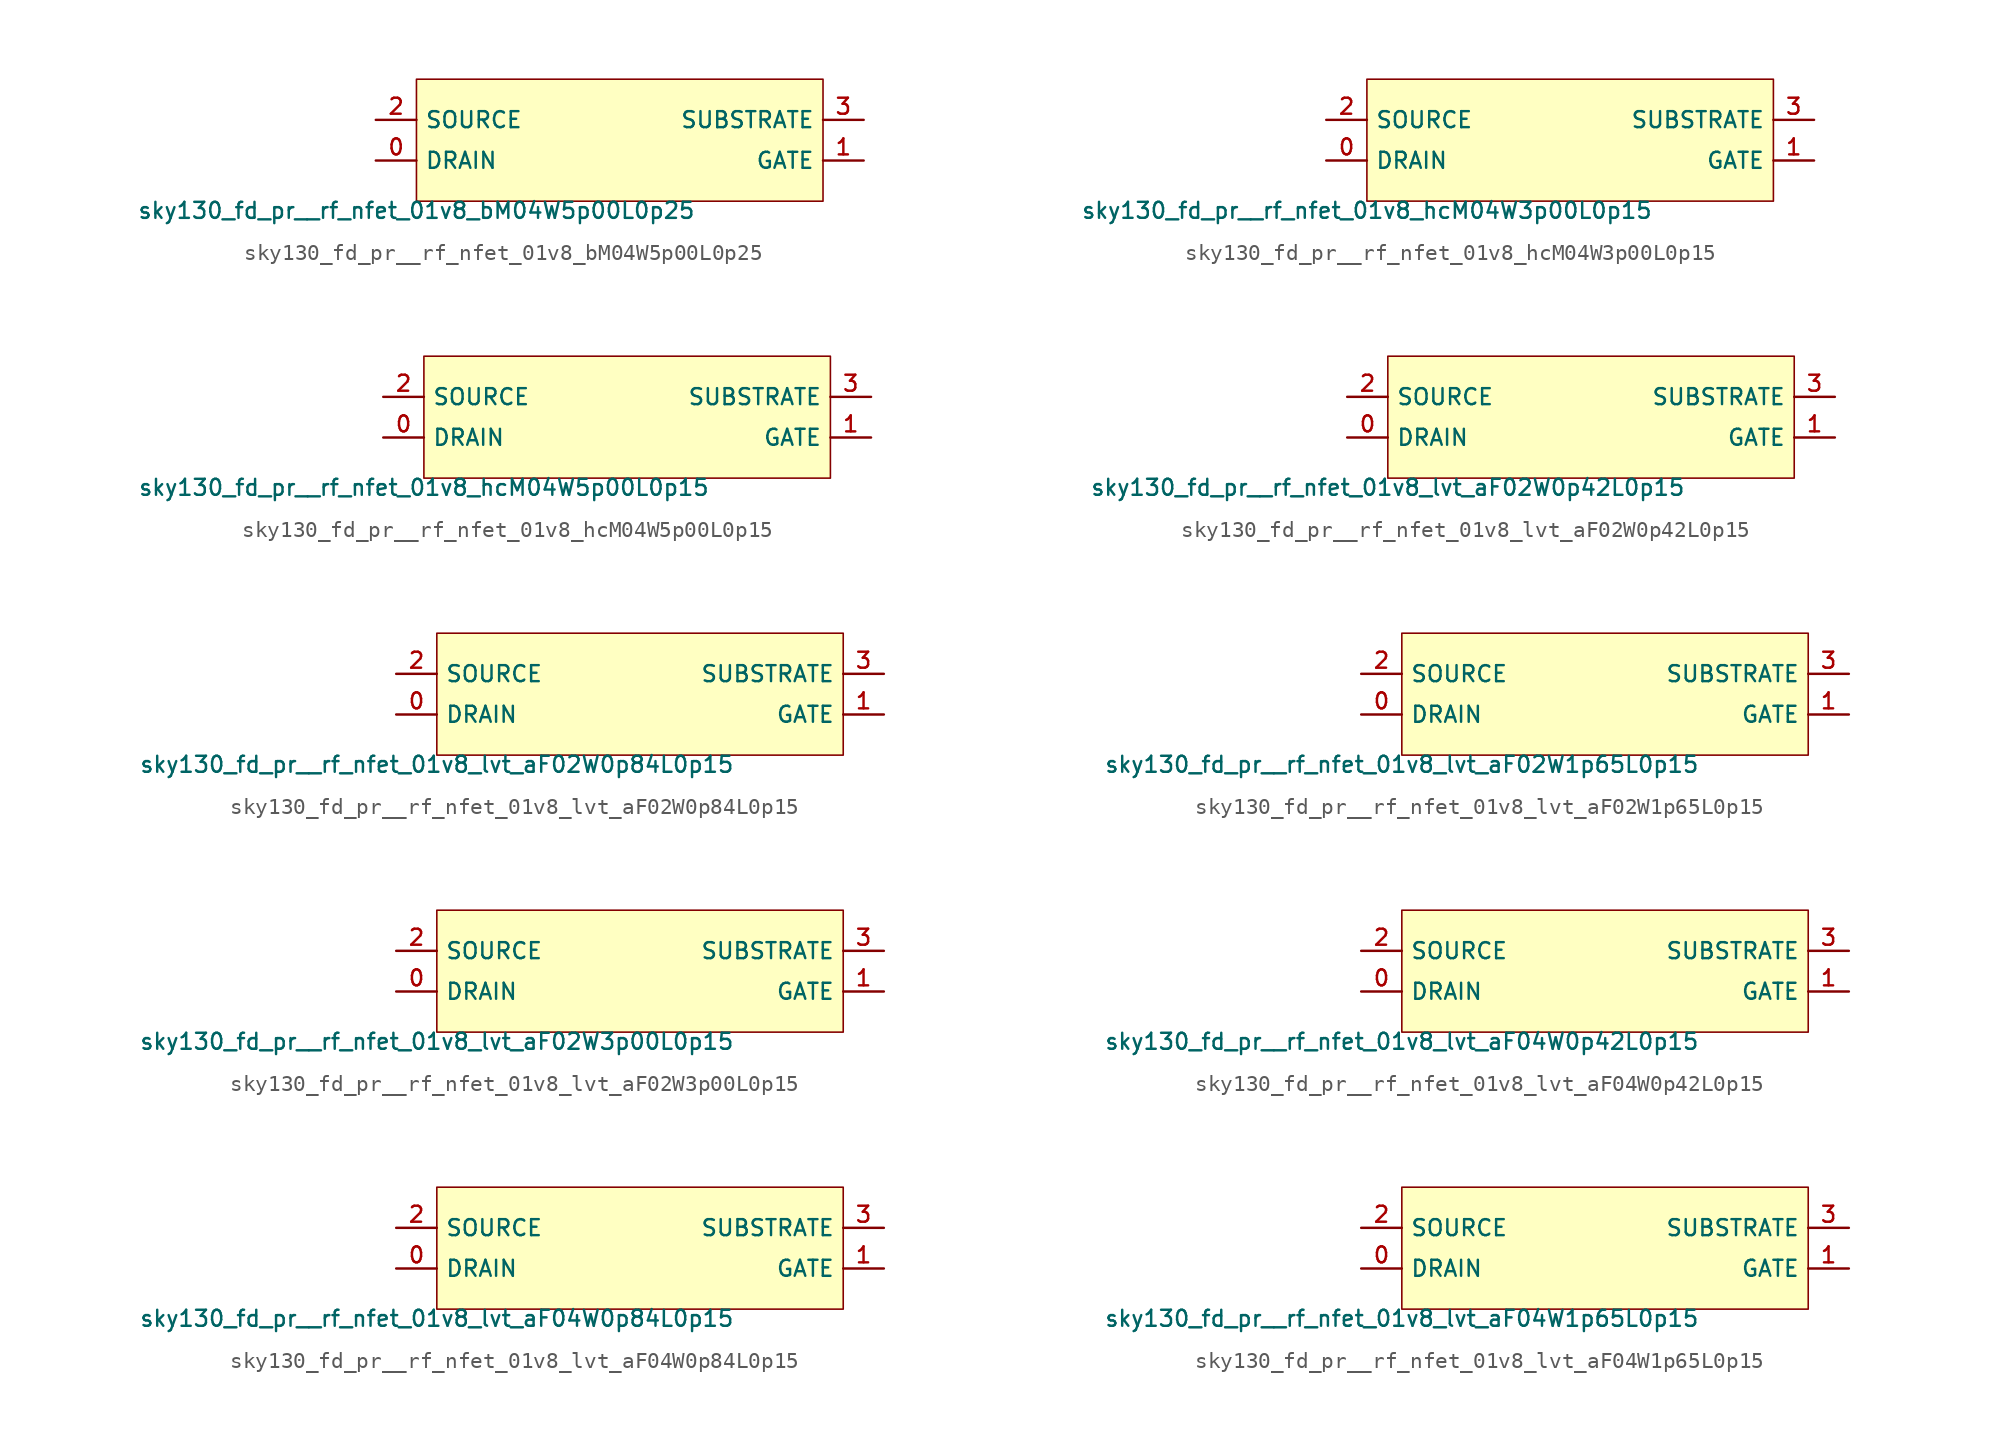
<source format=kicad_sym>
(kicad_symbol_lib
  (version 20211014)
  (generator lef2kicad_sym)
  (symbol "sky130_fd_pr__rf_nfet_01v8_bM04W5p00L0p25"
    (property "Reference" "X"
      (at 0 0 0)
      (effects (font (size 1 1)) hide))
    (property "Value" "sky130_fd_pr__rf_nfet_01v8_bM04W5p00L0p25"
      (at -12.7 -3.81 0)
      (effects (font (size 1 1)) (justify top)))
    (rectangle
      (start -12.7 -3.81)
      (end 12.7 3.81)
      (stroke (width 0.1) (type solid) (color 0 0 0 0))
      (fill (type background)))
    (pin bidirectional line
      (at -15.24 -1.27 0)
      (length 2.54)
      (name "DRAIN" (effects (font (size 1 1)) hide))
      (number "0" (effects (font (size 1 1)) hide)))
    (pin bidirectional line
      (at 15.24 -1.27 180)
      (length 2.54)
      (name "GATE" (effects (font (size 1 1)) hide))
      (number "1" (effects (font (size 1 1)) hide)))
    (pin bidirectional line
      (at -15.24 1.27 0)
      (length 2.54)
      (name "SOURCE" (effects (font (size 1 1)) hide))
      (number "2" (effects (font (size 1 1)) hide)))
    (pin bidirectional line
      (at 15.24 1.27 180)
      (length 2.54)
      (name "SUBSTRATE" (effects (font (size 1 1)) hide))
      (number "3" (effects (font (size 1 1)) hide))))
  (symbol "sky130_fd_pr__rf_nfet_01v8_hcM04W3p00L0p15"
    (property "Reference" "X"
      (at 0 0 0)
      (effects (font (size 1 1)) hide))
    (property "Value" "sky130_fd_pr__rf_nfet_01v8_hcM04W3p00L0p15"
      (at -12.7 -3.81 0)
      (effects (font (size 1 1)) (justify top)))
    (rectangle
      (start -12.7 -3.81)
      (end 12.7 3.81)
      (stroke (width 0.1) (type solid) (color 0 0 0 0))
      (fill (type background)))
    (pin bidirectional line
      (at -15.24 -1.27 0)
      (length 2.54)
      (name "DRAIN" (effects (font (size 1 1)) hide))
      (number "0" (effects (font (size 1 1)) hide)))
    (pin bidirectional line
      (at 15.24 -1.27 180)
      (length 2.54)
      (name "GATE" (effects (font (size 1 1)) hide))
      (number "1" (effects (font (size 1 1)) hide)))
    (pin bidirectional line
      (at -15.24 1.27 0)
      (length 2.54)
      (name "SOURCE" (effects (font (size 1 1)) hide))
      (number "2" (effects (font (size 1 1)) hide)))
    (pin bidirectional line
      (at 15.24 1.27 180)
      (length 2.54)
      (name "SUBSTRATE" (effects (font (size 1 1)) hide))
      (number "3" (effects (font (size 1 1)) hide))))
  (symbol "sky130_fd_pr__rf_nfet_01v8_hcM04W5p00L0p15"
    (property "Reference" "X"
      (at 0 0 0)
      (effects (font (size 1 1)) hide))
    (property "Value" "sky130_fd_pr__rf_nfet_01v8_hcM04W5p00L0p15"
      (at -12.7 -3.81 0)
      (effects (font (size 1 1)) (justify top)))
    (rectangle
      (start -12.7 -3.81)
      (end 12.7 3.81)
      (stroke (width 0.1) (type solid) (color 0 0 0 0))
      (fill (type background)))
    (pin bidirectional line
      (at -15.24 -1.27 0)
      (length 2.54)
      (name "DRAIN" (effects (font (size 1 1)) hide))
      (number "0" (effects (font (size 1 1)) hide)))
    (pin bidirectional line
      (at 15.24 -1.27 180)
      (length 2.54)
      (name "GATE" (effects (font (size 1 1)) hide))
      (number "1" (effects (font (size 1 1)) hide)))
    (pin bidirectional line
      (at -15.24 1.27 0)
      (length 2.54)
      (name "SOURCE" (effects (font (size 1 1)) hide))
      (number "2" (effects (font (size 1 1)) hide)))
    (pin bidirectional line
      (at 15.24 1.27 180)
      (length 2.54)
      (name "SUBSTRATE" (effects (font (size 1 1)) hide))
      (number "3" (effects (font (size 1 1)) hide))))
  (symbol "sky130_fd_pr__rf_nfet_01v8_lvt_aF02W0p42L0p15"
    (property "Reference" "X"
      (at 0 0 0)
      (effects (font (size 1 1)) hide))
    (property "Value" "sky130_fd_pr__rf_nfet_01v8_lvt_aF02W0p42L0p15"
      (at -12.7 -3.81 0)
      (effects (font (size 1 1)) (justify top)))
    (rectangle
      (start -12.7 -3.81)
      (end 12.7 3.81)
      (stroke (width 0.1) (type solid) (color 0 0 0 0))
      (fill (type background)))
    (pin bidirectional line
      (at -15.24 -1.27 0)
      (length 2.54)
      (name "DRAIN" (effects (font (size 1 1)) hide))
      (number "0" (effects (font (size 1 1)) hide)))
    (pin bidirectional line
      (at 15.24 -1.27 180)
      (length 2.54)
      (name "GATE" (effects (font (size 1 1)) hide))
      (number "1" (effects (font (size 1 1)) hide)))
    (pin bidirectional line
      (at -15.24 1.27 0)
      (length 2.54)
      (name "SOURCE" (effects (font (size 1 1)) hide))
      (number "2" (effects (font (size 1 1)) hide)))
    (pin bidirectional line
      (at 15.24 1.27 180)
      (length 2.54)
      (name "SUBSTRATE" (effects (font (size 1 1)) hide))
      (number "3" (effects (font (size 1 1)) hide))))
  (symbol "sky130_fd_pr__rf_nfet_01v8_lvt_aF02W0p84L0p15"
    (property "Reference" "X"
      (at 0 0 0)
      (effects (font (size 1 1)) hide))
    (property "Value" "sky130_fd_pr__rf_nfet_01v8_lvt_aF02W0p84L0p15"
      (at -12.7 -3.81 0)
      (effects (font (size 1 1)) (justify top)))
    (rectangle
      (start -12.7 -3.81)
      (end 12.7 3.81)
      (stroke (width 0.1) (type solid) (color 0 0 0 0))
      (fill (type background)))
    (pin bidirectional line
      (at -15.24 -1.27 0)
      (length 2.54)
      (name "DRAIN" (effects (font (size 1 1)) hide))
      (number "0" (effects (font (size 1 1)) hide)))
    (pin bidirectional line
      (at 15.24 -1.27 180)
      (length 2.54)
      (name "GATE" (effects (font (size 1 1)) hide))
      (number "1" (effects (font (size 1 1)) hide)))
    (pin bidirectional line
      (at -15.24 1.27 0)
      (length 2.54)
      (name "SOURCE" (effects (font (size 1 1)) hide))
      (number "2" (effects (font (size 1 1)) hide)))
    (pin bidirectional line
      (at 15.24 1.27 180)
      (length 2.54)
      (name "SUBSTRATE" (effects (font (size 1 1)) hide))
      (number "3" (effects (font (size 1 1)) hide))))
  (symbol "sky130_fd_pr__rf_nfet_01v8_lvt_aF02W1p65L0p15"
    (property "Reference" "X"
      (at 0 0 0)
      (effects (font (size 1 1)) hide))
    (property "Value" "sky130_fd_pr__rf_nfet_01v8_lvt_aF02W1p65L0p15"
      (at -12.7 -3.81 0)
      (effects (font (size 1 1)) (justify top)))
    (rectangle
      (start -12.7 -3.81)
      (end 12.7 3.81)
      (stroke (width 0.1) (type solid) (color 0 0 0 0))
      (fill (type background)))
    (pin bidirectional line
      (at -15.24 -1.27 0)
      (length 2.54)
      (name "DRAIN" (effects (font (size 1 1)) hide))
      (number "0" (effects (font (size 1 1)) hide)))
    (pin bidirectional line
      (at 15.24 -1.27 180)
      (length 2.54)
      (name "GATE" (effects (font (size 1 1)) hide))
      (number "1" (effects (font (size 1 1)) hide)))
    (pin bidirectional line
      (at -15.24 1.27 0)
      (length 2.54)
      (name "SOURCE" (effects (font (size 1 1)) hide))
      (number "2" (effects (font (size 1 1)) hide)))
    (pin bidirectional line
      (at 15.24 1.27 180)
      (length 2.54)
      (name "SUBSTRATE" (effects (font (size 1 1)) hide))
      (number "3" (effects (font (size 1 1)) hide))))
  (symbol "sky130_fd_pr__rf_nfet_01v8_lvt_aF02W3p00L0p15"
    (property "Reference" "X"
      (at 0 0 0)
      (effects (font (size 1 1)) hide))
    (property "Value" "sky130_fd_pr__rf_nfet_01v8_lvt_aF02W3p00L0p15"
      (at -12.7 -3.81 0)
      (effects (font (size 1 1)) (justify top)))
    (rectangle
      (start -12.7 -3.81)
      (end 12.7 3.81)
      (stroke (width 0.1) (type solid) (color 0 0 0 0))
      (fill (type background)))
    (pin bidirectional line
      (at -15.24 -1.27 0)
      (length 2.54)
      (name "DRAIN" (effects (font (size 1 1)) hide))
      (number "0" (effects (font (size 1 1)) hide)))
    (pin bidirectional line
      (at 15.24 -1.27 180)
      (length 2.54)
      (name "GATE" (effects (font (size 1 1)) hide))
      (number "1" (effects (font (size 1 1)) hide)))
    (pin bidirectional line
      (at -15.24 1.27 0)
      (length 2.54)
      (name "SOURCE" (effects (font (size 1 1)) hide))
      (number "2" (effects (font (size 1 1)) hide)))
    (pin bidirectional line
      (at 15.24 1.27 180)
      (length 2.54)
      (name "SUBSTRATE" (effects (font (size 1 1)) hide))
      (number "3" (effects (font (size 1 1)) hide))))
  (symbol "sky130_fd_pr__rf_nfet_01v8_lvt_aF04W0p42L0p15"
    (property "Reference" "X"
      (at 0 0 0)
      (effects (font (size 1 1)) hide))
    (property "Value" "sky130_fd_pr__rf_nfet_01v8_lvt_aF04W0p42L0p15"
      (at -12.7 -3.81 0)
      (effects (font (size 1 1)) (justify top)))
    (rectangle
      (start -12.7 -3.81)
      (end 12.7 3.81)
      (stroke (width 0.1) (type solid) (color 0 0 0 0))
      (fill (type background)))
    (pin bidirectional line
      (at -15.24 -1.27 0)
      (length 2.54)
      (name "DRAIN" (effects (font (size 1 1)) hide))
      (number "0" (effects (font (size 1 1)) hide)))
    (pin bidirectional line
      (at 15.24 -1.27 180)
      (length 2.54)
      (name "GATE" (effects (font (size 1 1)) hide))
      (number "1" (effects (font (size 1 1)) hide)))
    (pin bidirectional line
      (at -15.24 1.27 0)
      (length 2.54)
      (name "SOURCE" (effects (font (size 1 1)) hide))
      (number "2" (effects (font (size 1 1)) hide)))
    (pin bidirectional line
      (at 15.24 1.27 180)
      (length 2.54)
      (name "SUBSTRATE" (effects (font (size 1 1)) hide))
      (number "3" (effects (font (size 1 1)) hide))))
  (symbol "sky130_fd_pr__rf_nfet_01v8_lvt_aF04W0p84L0p15"
    (property "Reference" "X"
      (at 0 0 0)
      (effects (font (size 1 1)) hide))
    (property "Value" "sky130_fd_pr__rf_nfet_01v8_lvt_aF04W0p84L0p15"
      (at -12.7 -3.81 0)
      (effects (font (size 1 1)) (justify top)))
    (rectangle
      (start -12.7 -3.81)
      (end 12.7 3.81)
      (stroke (width 0.1) (type solid) (color 0 0 0 0))
      (fill (type background)))
    (pin bidirectional line
      (at -15.24 -1.27 0)
      (length 2.54)
      (name "DRAIN" (effects (font (size 1 1)) hide))
      (number "0" (effects (font (size 1 1)) hide)))
    (pin bidirectional line
      (at 15.24 -1.27 180)
      (length 2.54)
      (name "GATE" (effects (font (size 1 1)) hide))
      (number "1" (effects (font (size 1 1)) hide)))
    (pin bidirectional line
      (at -15.24 1.27 0)
      (length 2.54)
      (name "SOURCE" (effects (font (size 1 1)) hide))
      (number "2" (effects (font (size 1 1)) hide)))
    (pin bidirectional line
      (at 15.24 1.27 180)
      (length 2.54)
      (name "SUBSTRATE" (effects (font (size 1 1)) hide))
      (number "3" (effects (font (size 1 1)) hide))))
  (symbol "sky130_fd_pr__rf_nfet_01v8_lvt_aF04W1p65L0p15"
    (property "Reference" "X"
      (at 0 0 0)
      (effects (font (size 1 1)) hide))
    (property "Value" "sky130_fd_pr__rf_nfet_01v8_lvt_aF04W1p65L0p15"
      (at -12.7 -3.81 0)
      (effects (font (size 1 1)) (justify top)))
    (rectangle
      (start -12.7 -3.81)
      (end 12.7 3.81)
      (stroke (width 0.1) (type solid) (color 0 0 0 0))
      (fill (type background)))
    (pin bidirectional line
      (at -15.24 -1.27 0)
      (length 2.54)
      (name "DRAIN" (effects (font (size 1 1)) hide))
      (number "0" (effects (font (size 1 1)) hide)))
    (pin bidirectional line
      (at 15.24 -1.27 180)
      (length 2.54)
      (name "GATE" (effects (font (size 1 1)) hide))
      (number "1" (effects (font (size 1 1)) hide)))
    (pin bidirectional line
      (at -15.24 1.27 0)
      (length 2.54)
      (name "SOURCE" (effects (font (size 1 1)) hide))
      (number "2" (effects (font (size 1 1)) hide)))
    (pin bidirectional line
      (at 15.24 1.27 180)
      (length 2.54)
      (name "SUBSTRATE" (effects (font (size 1 1)) hide))
      (number "3" (effects (font (size 1 1)) hide)))))
</source>
